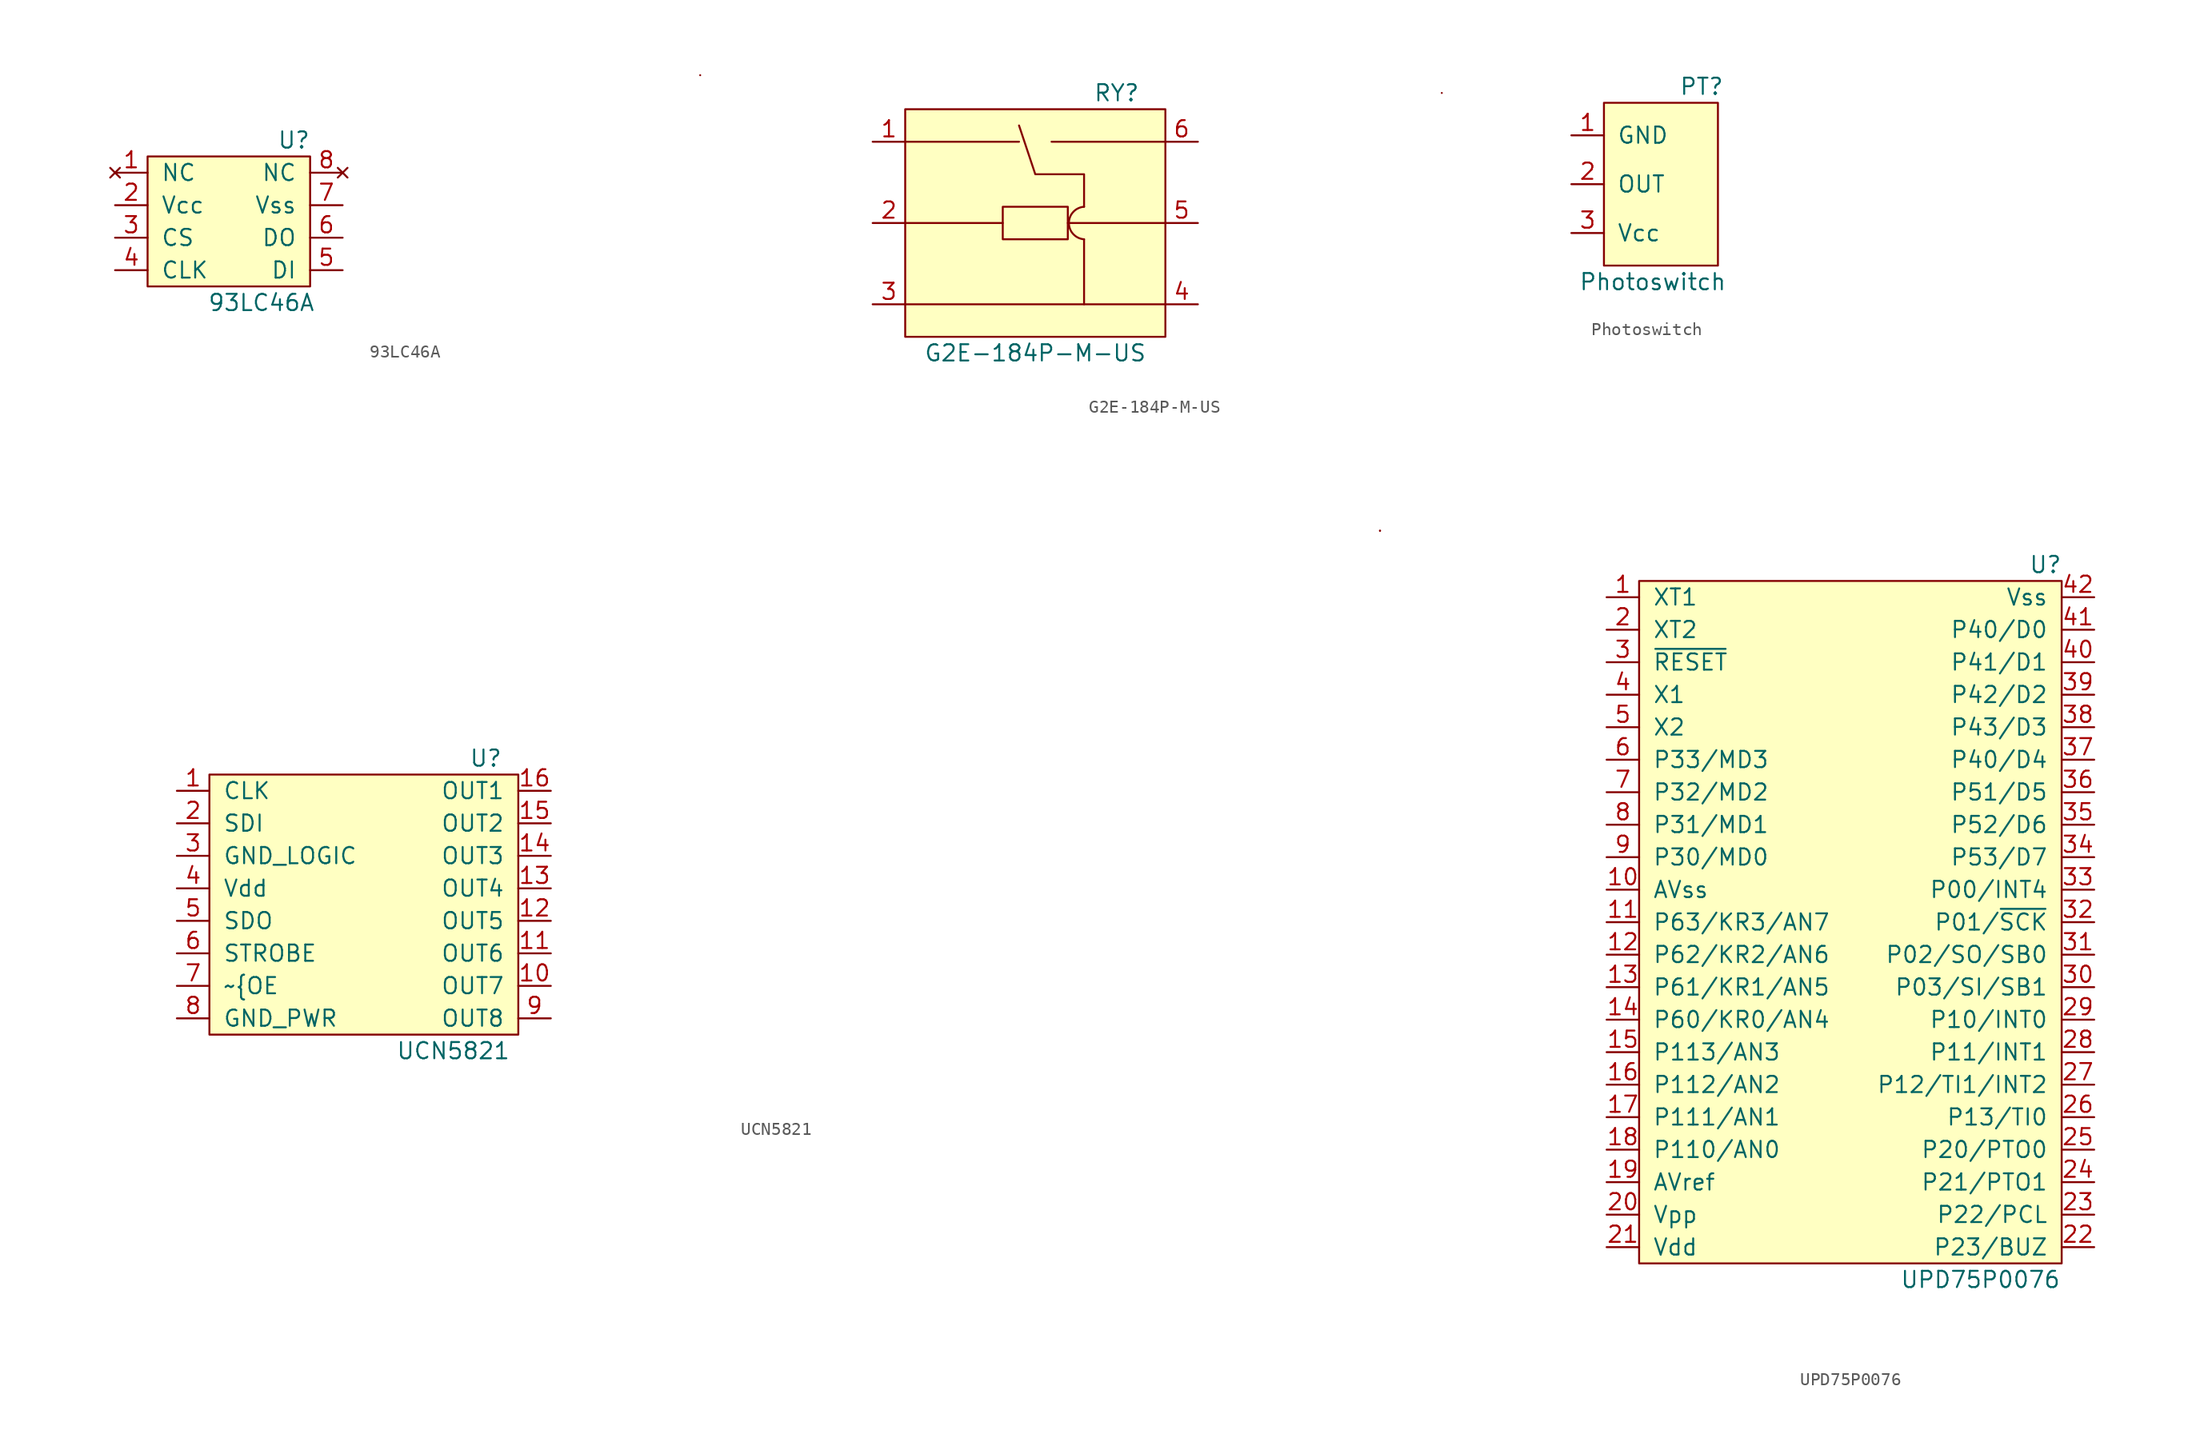
<source format=kicad_sym>
(kicad_symbol_lib
  (version 20211014)
  (generator kicad_symbol_editor)
  (symbol "93LC46A"
    (pin_names
      (offset 1.02))
    (property "Reference" "U"
      (at 5.08 6.35 0)
      (effects (font (size 1.27 1.27))))
    (property "Value" "93LC46A"
      (at 2.54 -6.35 0)
      (effects (font (size 1.27 1.27))))
    (symbol "93LC46A_0_1"
      (rectangle (start -6.35 5.08) (end 6.35 -5.08) (stroke (width 0) (type default) (color 0 0 0 0)) (fill (type background)))
      (rectangle (start 36.83 11.43) (end 36.83 11.43) (stroke (width 0) (type default) (color 0 0 0 0)) (fill (type none))))
    (symbol "93LC46A_1_1"
      (pin no_connect line (at -8.89 3.81 0) (length 2.54) (name "NC" (effects (font (size 1.27 1.27)))) (number "1" (effects (font (size 1.27 1.27)))))
      (pin input line (at -8.89 1.27 0) (length 2.54) (name "Vcc" (effects (font (size 1.27 1.27)))) (number "2" (effects (font (size 1.27 1.27)))))
      (pin input line (at -8.89 -1.27 0) (length 2.54) (name "CS" (effects (font (size 1.27 1.27)))) (number "3" (effects (font (size 1.27 1.27)))))
      (pin input line (at -8.89 -3.81 0) (length 2.54) (name "CLK" (effects (font (size 1.27 1.27)))) (number "4" (effects (font (size 1.27 1.27)))))
      (pin input line (at 8.89 -3.81 180) (length 2.54) (name "DI" (effects (font (size 1.27 1.27)))) (number "5" (effects (font (size 1.27 1.27)))))
      (pin output line (at 8.89 -1.27 180) (length 2.54) (name "DO" (effects (font (size 1.27 1.27)))) (number "6" (effects (font (size 1.27 1.27)))))
      (pin input line (at 8.89 1.27 180) (length 2.54) (name "Vss" (effects (font (size 1.27 1.27)))) (number "7" (effects (font (size 1.27 1.27)))))
      (pin no_connect line (at 8.89 3.81 180) (length 2.54) (name "NC" (effects (font (size 1.27 1.27)))) (number "8" (effects (font (size 1.27 1.27)))))))
  (symbol "G2E-184P-M-US"
    (pin_names
      (offset 1))
    (property "Reference" "RY"
      (at 6.35 10.16 0)
      (effects (font (size 1.27 1.27))))
    (property "Value" "G2E-184P-M-US"
      (at 0 -10.16 0)
      (effects (font (size 1.27 1.27))))
    (symbol "G2E-184P-M-US_0_1"
      (rectangle (start -10.16 8.89) (end 10.16 -8.89) (stroke (width 0) (type default) (color 0 0 0 0)) (fill (type background)))
      (polyline (pts (xy -10.16 -6.35) (xy 10.16 -6.35)) (stroke (width 0) (type default) (color 0 0 0 0)) (fill (type none)))
      (polyline (pts (xy -10.16 6.35) (xy -1.27 6.35)) (stroke (width 0) (type default) (color 0 0 0 0)) (fill (type none)))
      (polyline (pts (xy 1.27 6.35) (xy 10.16 6.35)) (stroke (width 0) (type default) (color 0 0 0 0)) (fill (type none)))
      (polyline (pts (xy 3.81 -1.27) (xy 3.81 -6.35)) (stroke (width 0) (type default) (color 0 0 0 0)) (fill (type none)))
      (polyline (pts (xy -2.54 0) (xy -2.54 -1.27) (xy 2.54 -1.27) (xy 2.54 0)) (stroke (width 0) (type default) (color 0 0 0 0)) (fill (type none)))
      (polyline (pts (xy -1.27 7.62) (xy 0 3.81) (xy 3.81 3.81) (xy 3.81 1.27)) (stroke (width 0) (type default) (color 0 0 0 0)) (fill (type none)))
      (polyline (pts (xy 10.16 0) (xy 2.54 0) (xy 2.54 1.27) (xy -2.54 1.27) (xy -2.54 0) (xy -10.16 0)) (stroke (width 0) (type default) (color 0 0 0 0)) (fill (type none)))
      (arc (start 3.81 1.27) (mid 2.4481 0) (end 3.81 -1.27) (stroke (width 0) (type default) (color 0 0 0 0)) (fill (type none)))
      (rectangle (start 31.75 10.16) (end 31.75 10.16) (stroke (width 0) (type default) (color 0 0 0 0)) (fill (type none))))
    (symbol "G2E-184P-M-US_1_1"
      (pin bidirectional line (at -12.7 6.35 0) (length 2.54) (name "" (effects (font (size 1.27 1.27)))) (number "1" (effects (font (size 1.27 1.27)))))
      (pin bidirectional line (at -12.7 0 0) (length 2.54) (name "" (effects (font (size 1.27 1.27)))) (number "2" (effects (font (size 1.27 1.27)))))
      (pin bidirectional line (at -12.7 -6.35 0) (length 2.54) (name "" (effects (font (size 1.27 1.27)))) (number "3" (effects (font (size 1.27 1.27)))))
      (pin bidirectional line (at 12.7 -6.35 180) (length 2.54) (name "" (effects (font (size 1.27 1.27)))) (number "4" (effects (font (size 1.27 1.27)))))
      (pin bidirectional line (at 12.7 0 180) (length 2.54) (name "" (effects (font (size 1.27 1.27)))) (number "5" (effects (font (size 1.27 1.27)))))
      (pin bidirectional line (at 12.7 6.35 180) (length 2.54) (name "" (effects (font (size 1.27 1.27)))) (number "6" (effects (font (size 1.27 1.27)))))))
  (symbol "Photoswitch"
    (pin_names
      (offset 1))
    (property "Reference" "PT"
      (at 0 7.62 0)
      (effects (font (size 1.27 1.27))))
    (property "Value" "Photoswitch"
      (at -3.81 -7.62 0)
      (effects (font (size 1.27 1.27))))
    (symbol "Photoswitch_0_1"
      (rectangle (start -7.62 6.35) (end 1.27 -6.35) (stroke (width 0) (type default) (color 0 0 0 0)) (fill (type background))))
    (symbol "Photoswitch_1_1"
      (pin input line (at -10.16 3.81 0) (length 2.54) (name "GND" (effects (font (size 1.27 1.27)))) (number "1" (effects (font (size 1.27 1.27)))))
      (pin open_collector line (at -10.16 0 0) (length 2.54) (name "OUT" (effects (font (size 1.27 1.27)))) (number "2" (effects (font (size 1.27 1.27)))))
      (pin input line (at -10.16 -3.81 0) (length 2.54) (name "Vcc" (effects (font (size 1.27 1.27)))) (number "3" (effects (font (size 1.27 1.27)))))))
  (symbol "UCN5821"
    (pin_names
      (offset 1.04))
    (property "Reference" "U"
      (at 8.89 11.43 0)
      (effects (font (size 1.27 1.27))))
    (property "Value" "UCN5821"
      (at 6.35 -11.43 0)
      (effects (font (size 1.27 1.27))))
    (symbol "UCN5821_0_1"
      (rectangle (start -12.7 10.16) (end 11.43 -10.16) (stroke (width 0) (type default) (color 0 0 0 0)) (fill (type background)))
      (rectangle (start 78.74 29.21) (end 78.74 29.21) (stroke (width 0) (type default) (color 0 0 0 0)) (fill (type none)))
      (rectangle (start 78.74 29.21) (end 78.74 29.21) (stroke (width 0) (type default) (color 0 0 0 0)) (fill (type none))))
    (symbol "UCN5821_1_1"
      (pin input line (at -15.24 8.89 0) (length 2.54) (name "CLK" (effects (font (size 1.27 1.27)))) (number "1" (effects (font (size 1.27 1.27)))))
      (pin open_collector line (at 13.97 -6.35 180) (length 2.54) (name "OUT7" (effects (font (size 1.27 1.27)))) (number "10" (effects (font (size 1.27 1.27)))))
      (pin open_collector line (at 13.97 -3.81 180) (length 2.54) (name "OUT6" (effects (font (size 1.27 1.27)))) (number "11" (effects (font (size 1.27 1.27)))))
      (pin open_collector line (at 13.97 -1.27 180) (length 2.54) (name "OUT5" (effects (font (size 1.27 1.27)))) (number "12" (effects (font (size 1.27 1.27)))))
      (pin open_collector line (at 13.97 1.27 180) (length 2.54) (name "OUT4" (effects (font (size 1.27 1.27)))) (number "13" (effects (font (size 1.27 1.27)))))
      (pin open_collector line (at 13.97 3.81 180) (length 2.54) (name "OUT3" (effects (font (size 1.27 1.27)))) (number "14" (effects (font (size 1.27 1.27)))))
      (pin open_collector line (at 13.97 6.35 180) (length 2.54) (name "OUT2" (effects (font (size 1.27 1.27)))) (number "15" (effects (font (size 1.27 1.27)))))
      (pin open_collector line (at 13.97 8.89 180) (length 2.54) (name "OUT1" (effects (font (size 1.27 1.27)))) (number "16" (effects (font (size 1.27 1.27)))))
      (pin input line (at -15.24 6.35 0) (length 2.54) (name "SDI" (effects (font (size 1.27 1.27)))) (number "2" (effects (font (size 1.27 1.27)))))
      (pin input line (at -15.24 3.81 0) (length 2.54) (name "GND_LOGIC" (effects (font (size 1.27 1.27)))) (number "3" (effects (font (size 1.27 1.27)))))
      (pin input line (at -15.24 1.27 0) (length 2.54) (name "Vdd" (effects (font (size 1.27 1.27)))) (number "4" (effects (font (size 1.27 1.27)))))
      (pin output line (at -15.24 -1.27 0) (length 2.54) (name "SDO" (effects (font (size 1.27 1.27)))) (number "5" (effects (font (size 1.27 1.27)))))
      (pin input line (at -15.24 -3.81 0) (length 2.54) (name "STROBE" (effects (font (size 1.27 1.27)))) (number "6" (effects (font (size 1.27 1.27)))))
      (pin input line (at -15.24 -6.35 0) (length 2.54) (name "~{OE" (effects (font (size 1.27 1.27)))) (number "7" (effects (font (size 1.27 1.27)))))
      (pin input line (at -15.24 -8.89 0) (length 2.54) (name "GND_PWR" (effects (font (size 1.27 1.27)))) (number "8" (effects (font (size 1.27 1.27)))))
      (pin open_collector line (at 13.97 -8.89 180) (length 2.54) (name "OUT8" (effects (font (size 1.27 1.27)))) (number "9" (effects (font (size 1.27 1.27)))))))
  (symbol "UPD75P0076"
    (pin_names
      (offset 1.04))
    (property "Reference" "U"
      (at 15.24 27.94 0)
      (effects (font (size 1.27 1.27))))
    (property "Value" "UPD75P0076"
      (at 10.16 -27.94 0)
      (effects (font (size 1.27 1.27))))
    (symbol "UPD75P0076_0_1"
      (rectangle (start -16.51 26.67) (end 16.51 -26.67) (stroke (width 0) (type default) (color 0 0 0 0)) (fill (type background))))
    (symbol "UPD75P0076_1_1"
      (pin input line (at -19.05 25.4 0) (length 2.54) (name "XT1" (effects (font (size 1.27 1.27)))) (number "1" (effects (font (size 1.27 1.27)))))
      (pin input line (at -19.05 2.54 0) (length 2.54) (name "AVss" (effects (font (size 1.27 1.27)))) (number "10" (effects (font (size 1.27 1.27)))))
      (pin bidirectional line (at -19.05 0 0) (length 2.54) (name "P63/KR3/AN7" (effects (font (size 1.27 1.27)))) (number "11" (effects (font (size 1.27 1.27)))))
      (pin bidirectional line (at -19.05 -2.54 0) (length 2.54) (name "P62/KR2/AN6" (effects (font (size 1.27 1.27)))) (number "12" (effects (font (size 1.27 1.27)))))
      (pin bidirectional line (at -19.05 -5.08 0) (length 2.54) (name "P61/KR1/AN5" (effects (font (size 1.27 1.27)))) (number "13" (effects (font (size 1.27 1.27)))))
      (pin bidirectional line (at -19.05 -7.62 0) (length 2.54) (name "P60/KR0/AN4" (effects (font (size 1.27 1.27)))) (number "14" (effects (font (size 1.27 1.27)))))
      (pin input line (at -19.05 -10.16 0) (length 2.54) (name "P113/AN3" (effects (font (size 1.27 1.27)))) (number "15" (effects (font (size 1.27 1.27)))))
      (pin input line (at -19.05 -12.7 0) (length 2.54) (name "P112/AN2" (effects (font (size 1.27 1.27)))) (number "16" (effects (font (size 1.27 1.27)))))
      (pin input line (at -19.05 -15.24 0) (length 2.54) (name "P111/AN1" (effects (font (size 1.27 1.27)))) (number "17" (effects (font (size 1.27 1.27)))))
      (pin input line (at -19.05 -17.78 0) (length 2.54) (name "P110/AN0" (effects (font (size 1.27 1.27)))) (number "18" (effects (font (size 1.27 1.27)))))
      (pin input line (at -19.05 -20.32 0) (length 2.54) (name "AVref" (effects (font (size 1.27 1.27)))) (number "19" (effects (font (size 1.27 1.27)))))
      (pin unspecified line (at -19.05 22.86 0) (length 2.54) (name "XT2" (effects (font (size 1.27 1.27)))) (number "2" (effects (font (size 1.27 1.27)))))
      (pin input line (at -19.05 -22.86 0) (length 2.54) (name "Vpp" (effects (font (size 1.27 1.27)))) (number "20" (effects (font (size 1.27 1.27)))))
      (pin input line (at -19.05 -25.4 0) (length 2.54) (name "Vdd" (effects (font (size 1.27 1.27)))) (number "21" (effects (font (size 1.27 1.27)))))
      (pin bidirectional line (at 19.05 -25.4 180) (length 2.54) (name "P23/BUZ" (effects (font (size 1.27 1.27)))) (number "22" (effects (font (size 1.27 1.27)))))
      (pin bidirectional line (at 19.05 -22.86 180) (length 2.54) (name "P22/PCL" (effects (font (size 1.27 1.27)))) (number "23" (effects (font (size 1.27 1.27)))))
      (pin bidirectional line (at 19.05 -20.32 180) (length 2.54) (name "P21/PTO1" (effects (font (size 1.27 1.27)))) (number "24" (effects (font (size 1.27 1.27)))))
      (pin bidirectional line (at 19.05 -17.78 180) (length 2.54) (name "P20/PTO0" (effects (font (size 1.27 1.27)))) (number "25" (effects (font (size 1.27 1.27)))))
      (pin bidirectional line (at 19.05 -15.24 180) (length 2.54) (name "P13/TI0" (effects (font (size 1.27 1.27)))) (number "26" (effects (font (size 1.27 1.27)))))
      (pin bidirectional line (at 19.05 -12.7 180) (length 2.54) (name "P12/TI1/INT2" (effects (font (size 1.27 1.27)))) (number "27" (effects (font (size 1.27 1.27)))))
      (pin bidirectional line (at 19.05 -10.16 180) (length 2.54) (name "P11/INT1" (effects (font (size 1.27 1.27)))) (number "28" (effects (font (size 1.27 1.27)))))
      (pin bidirectional line (at 19.05 -7.62 180) (length 2.54) (name "P10/INT0" (effects (font (size 1.27 1.27)))) (number "29" (effects (font (size 1.27 1.27)))))
      (pin input line (at -19.05 20.32 0) (length 2.54) (name "~{RESET}" (effects (font (size 1.27 1.27)))) (number "3" (effects (font (size 1.27 1.27)))))
      (pin bidirectional line (at 19.05 -5.08 180) (length 2.54) (name "P03/SI/SB1" (effects (font (size 1.27 1.27)))) (number "30" (effects (font (size 1.27 1.27)))))
      (pin bidirectional line (at 19.05 -2.54 180) (length 2.54) (name "P02/SO/SB0" (effects (font (size 1.27 1.27)))) (number "31" (effects (font (size 1.27 1.27)))))
      (pin bidirectional line (at 19.05 0 180) (length 2.54) (name "P01/~{SCK}" (effects (font (size 1.27 1.27)))) (number "32" (effects (font (size 1.27 1.27)))))
      (pin bidirectional line (at 19.05 2.54 180) (length 2.54) (name "P00/INT4" (effects (font (size 1.27 1.27)))) (number "33" (effects (font (size 1.27 1.27)))))
      (pin bidirectional line (at 19.05 5.08 180) (length 2.54) (name "P53/D7" (effects (font (size 1.27 1.27)))) (number "34" (effects (font (size 1.27 1.27)))))
      (pin bidirectional line (at 19.05 7.62 180) (length 2.54) (name "P52/D6" (effects (font (size 1.27 1.27)))) (number "35" (effects (font (size 1.27 1.27)))))
      (pin bidirectional line (at 19.05 10.16 180) (length 2.54) (name "P51/D5" (effects (font (size 1.27 1.27)))) (number "36" (effects (font (size 1.27 1.27)))))
      (pin bidirectional line (at 19.05 12.7 180) (length 2.54) (name "P40/D4" (effects (font (size 1.27 1.27)))) (number "37" (effects (font (size 1.27 1.27)))))
      (pin bidirectional line (at 19.05 15.24 180) (length 2.54) (name "P43/D3" (effects (font (size 1.27 1.27)))) (number "38" (effects (font (size 1.27 1.27)))))
      (pin bidirectional line (at 19.05 17.78 180) (length 2.54) (name "P42/D2" (effects (font (size 1.27 1.27)))) (number "39" (effects (font (size 1.27 1.27)))))
      (pin input line (at -19.05 17.78 0) (length 2.54) (name "X1" (effects (font (size 1.27 1.27)))) (number "4" (effects (font (size 1.27 1.27)))))
      (pin bidirectional line (at 19.05 20.32 180) (length 2.54) (name "P41/D1" (effects (font (size 1.27 1.27)))) (number "40" (effects (font (size 1.27 1.27)))))
      (pin bidirectional line (at 19.05 22.86 180) (length 2.54) (name "P40/D0" (effects (font (size 1.27 1.27)))) (number "41" (effects (font (size 1.27 1.27)))))
      (pin input line (at 19.05 25.4 180) (length 2.54) (name "Vss" (effects (font (size 1.27 1.27)))) (number "42" (effects (font (size 1.27 1.27)))))
      (pin input line (at -19.05 15.24 0) (length 2.54) (name "X2" (effects (font (size 1.27 1.27)))) (number "5" (effects (font (size 1.27 1.27)))))
      (pin bidirectional line (at -19.05 12.7 0) (length 2.54) (name "P33/MD3" (effects (font (size 1.27 1.27)))) (number "6" (effects (font (size 1.27 1.27)))))
      (pin bidirectional line (at -19.05 10.16 0) (length 2.54) (name "P32/MD2" (effects (font (size 1.27 1.27)))) (number "7" (effects (font (size 1.27 1.27)))))
      (pin bidirectional line (at -19.05 7.62 0) (length 2.54) (name "P31/MD1" (effects (font (size 1.27 1.27)))) (number "8" (effects (font (size 1.27 1.27)))))
      (pin bidirectional line (at -19.05 5.08 0) (length 2.54) (name "P30/MD0" (effects (font (size 1.27 1.27)))) (number "9" (effects (font (size 1.27 1.27))))))))
</source>
